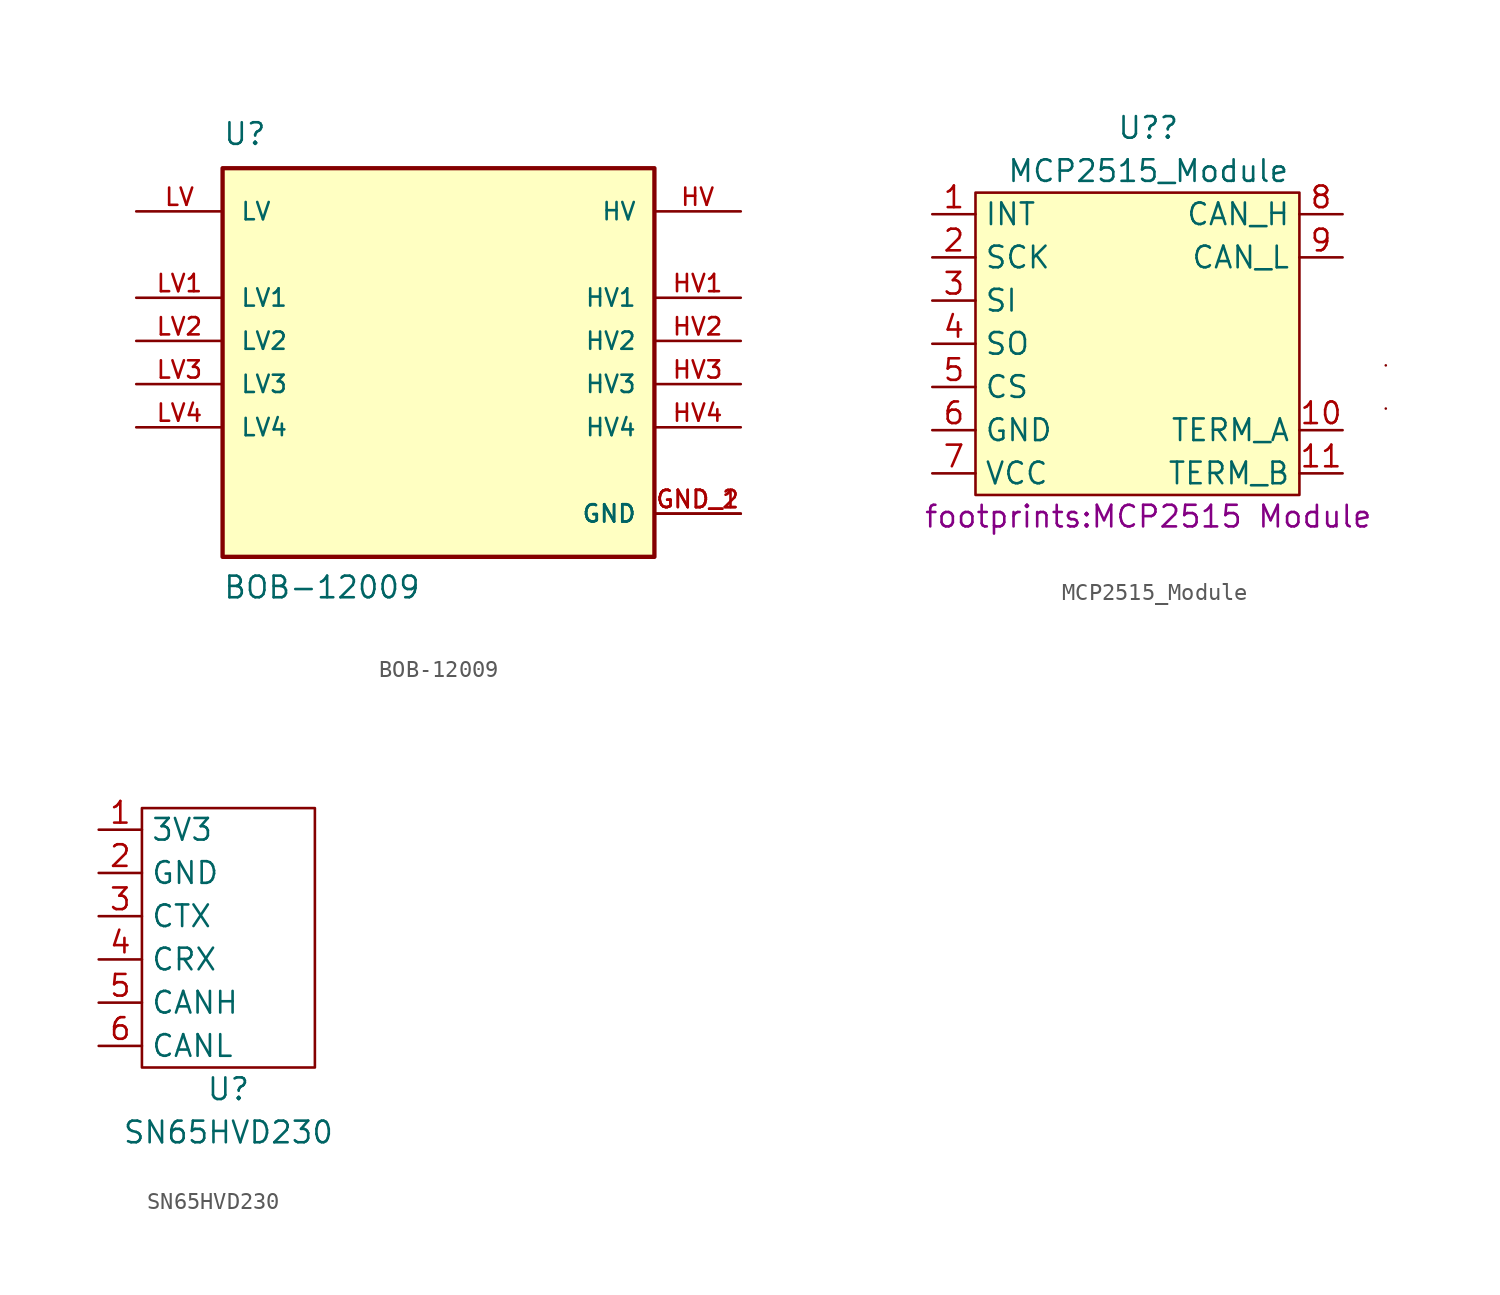
<source format=kicad_sym>
(kicad_symbol_lib
  (version 20211014)
  (generator kicad_symbol_editor)
  (symbol "BOB-12009"
    (pin_names
      (offset 1.016))
    (property "Reference" "U"
      (at -12.7 11.43 0)
      (effects (font (size 1.27 1.27)) (justify left bottom)))
    (property "Value" "BOB-12009"
      (at -12.7 -15.24 0)
      (effects (font (size 1.27 1.27)) (justify left bottom)))
    (property "ki_locked" ""
      (at 0 0 0)
      (effects (font (size 1.27 1.27))))
    (symbol "BOB-12009_0_0"
      (rectangle (start -12.7 -12.7) (end 12.7 10.16) (stroke (width 0.254) (type default) (color 0 0 0 0)) (fill (type background)))
      (pin power_in line (at 17.78 -10.16 180) (length 5.08) (name "GND" (effects (font (size 1.016 1.016)))) (number "GND_1" (effects (font (size 1.016 1.016)))))
      (pin power_in line (at 17.78 -10.16 180) (length 5.08) (name "GND" (effects (font (size 1.016 1.016)))) (number "GND_2" (effects (font (size 1.016 1.016)))))
      (pin bidirectional line (at 17.78 7.62 180) (length 5.08) (name "HV" (effects (font (size 1.016 1.016)))) (number "HV" (effects (font (size 1.016 1.016)))))
      (pin bidirectional line (at 17.78 2.54 180) (length 5.08) (name "HV1" (effects (font (size 1.016 1.016)))) (number "HV1" (effects (font (size 1.016 1.016)))))
      (pin bidirectional line (at 17.78 0 180) (length 5.08) (name "HV2" (effects (font (size 1.016 1.016)))) (number "HV2" (effects (font (size 1.016 1.016)))))
      (pin bidirectional line (at 17.78 -2.54 180) (length 5.08) (name "HV3" (effects (font (size 1.016 1.016)))) (number "HV3" (effects (font (size 1.016 1.016)))))
      (pin bidirectional line (at 17.78 -5.08 180) (length 5.08) (name "HV4" (effects (font (size 1.016 1.016)))) (number "HV4" (effects (font (size 1.016 1.016)))))
      (pin bidirectional line (at -17.78 7.62 0) (length 5.08) (name "LV" (effects (font (size 1.016 1.016)))) (number "LV" (effects (font (size 1.016 1.016)))))
      (pin bidirectional line (at -17.78 2.54 0) (length 5.08) (name "LV1" (effects (font (size 1.016 1.016)))) (number "LV1" (effects (font (size 1.016 1.016)))))
      (pin bidirectional line (at -17.78 0 0) (length 5.08) (name "LV2" (effects (font (size 1.016 1.016)))) (number "LV2" (effects (font (size 1.016 1.016)))))
      (pin bidirectional line (at -17.78 -2.54 0) (length 5.08) (name "LV3" (effects (font (size 1.016 1.016)))) (number "LV3" (effects (font (size 1.016 1.016)))))
      (pin bidirectional line (at -17.78 -5.08 0) (length 5.08) (name "LV4" (effects (font (size 1.016 1.016)))) (number "LV4" (effects (font (size 1.016 1.016)))))))
  (symbol "MCP2515_Module"
    (property "Reference" "U?"
      (at 0 -1.27 0)
      (effects (font (size 1.27 1.27))))
    (property "Value" "MCP2515_Module"
      (at 0 -3.81 0)
      (effects (font (size 1.27 1.27))))
    (property "Footprint" "footprints:MCP2515 Module"
      (at 0 -24.13 0)
      (effects (font (size 1.27 1.27))))
    (symbol "MCP2515_Module_0_1"
      (rectangle (start -10.16 -5.08) (end 8.89 -22.86) (stroke (width 0) (type default) (color 0 0 0 0)) (fill (type background)))
      (rectangle (start 13.97 -17.78) (end 13.97 -17.78) (stroke (width 0) (type default) (color 0 0 0 0)) (fill (type none)))
      (rectangle (start 13.97 -15.24) (end 13.97 -15.24) (stroke (width 0) (type default) (color 0 0 0 0)) (fill (type background))))
    (symbol "MCP2515_Module_1_1"
      (pin input line (at -12.7 -6.35 0) (length 2.54) (name "INT" (effects (font (size 1.27 1.27)))) (number "1" (effects (font (size 1.27 1.27)))))
      (pin output line (at 11.43 -19.05 180) (length 2.54) (name "TERM_A" (effects (font (size 1.27 1.27)))) (number "10" (effects (font (size 1.27 1.27)))))
      (pin output line (at 11.43 -21.59 180) (length 2.54) (name "TERM_B" (effects (font (size 1.27 1.27)))) (number "11" (effects (font (size 1.27 1.27)))))
      (pin input line (at -12.7 -8.89 0) (length 2.54) (name "SCK" (effects (font (size 1.27 1.27)))) (number "2" (effects (font (size 1.27 1.27)))))
      (pin input line (at -12.7 -11.43 0) (length 2.54) (name "SI" (effects (font (size 1.27 1.27)))) (number "3" (effects (font (size 1.27 1.27)))))
      (pin input line (at -12.7 -13.97 0) (length 2.54) (name "SO" (effects (font (size 1.27 1.27)))) (number "4" (effects (font (size 1.27 1.27)))))
      (pin input line (at -12.7 -16.51 0) (length 2.54) (name "CS" (effects (font (size 1.27 1.27)))) (number "5" (effects (font (size 1.27 1.27)))))
      (pin input line (at -12.7 -19.05 0) (length 2.54) (name "GND" (effects (font (size 1.27 1.27)))) (number "6" (effects (font (size 1.27 1.27)))))
      (pin input line (at -12.7 -21.59 0) (length 2.54) (name "VCC" (effects (font (size 1.27 1.27)))) (number "7" (effects (font (size 1.27 1.27)))))
      (pin output line (at 11.43 -6.35 180) (length 2.54) (name "CAN_H" (effects (font (size 1.27 1.27)))) (number "8" (effects (font (size 1.27 1.27)))))
      (pin output line (at 11.43 -8.89 180) (length 2.54) (name "CAN_L" (effects (font (size 1.27 1.27)))) (number "9" (effects (font (size 1.27 1.27)))))))
  (symbol "SN65HVD230"
    (property "Reference" "U"
      (at 0 0 0)
      (effects (font (size 1.27 1.27))))
    (property "Value" "SN65HVD230"
      (at 0 -2.54 0)
      (effects (font (size 1.27 1.27))))
    (symbol "SN65HVD230_0_1"
      (rectangle (start -5.08 16.51) (end 5.08 1.27) (stroke (width 0) (type default) (color 0 0 0 0)) (fill (type none))))
    (symbol "SN65HVD230_1_1"
      (pin power_in line (at -7.62 15.24 0) (length 2.54) (name "3V3" (effects (font (size 1.27 1.27)))) (number "1" (effects (font (size 1.27 1.27)))))
      (pin power_in line (at -7.62 12.7 0) (length 2.54) (name "GND" (effects (font (size 1.27 1.27)))) (number "2" (effects (font (size 1.27 1.27)))))
      (pin output line (at -7.62 10.16 0) (length 2.54) (name "CTX" (effects (font (size 1.27 1.27)))) (number "3" (effects (font (size 1.27 1.27)))))
      (pin input line (at -7.62 7.62 0) (length 2.54) (name "CRX" (effects (font (size 1.27 1.27)))) (number "4" (effects (font (size 1.27 1.27)))))
      (pin output line (at -7.62 5.08 0) (length 2.54) (name "CANH" (effects (font (size 1.27 1.27)))) (number "5" (effects (font (size 1.27 1.27)))))
      (pin output line (at -7.62 2.54 0) (length 2.54) (name "CANL" (effects (font (size 1.27 1.27)))) (number "6" (effects (font (size 1.27 1.27))))))))
</source>
